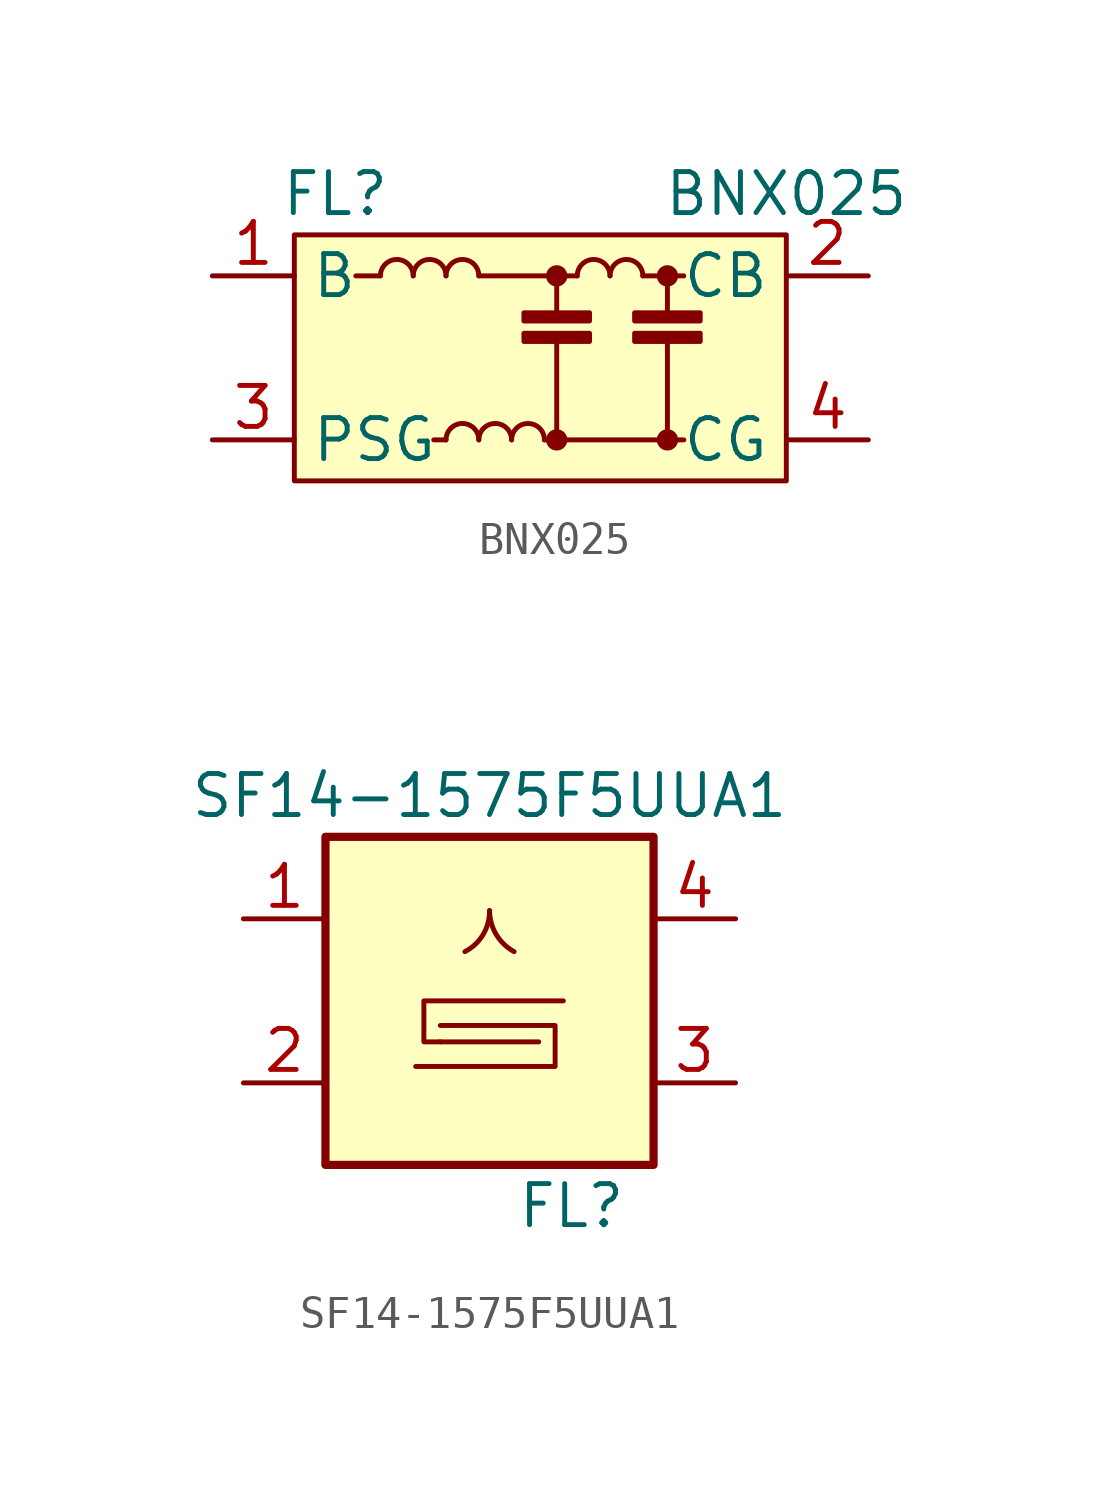
<source format=kicad_sym>
(kicad_symbol_lib
  (version 20211014)
  (generator kicad_symbol_editor)
  (symbol "BNX025"
    (property "Reference" "FL"
      (at -6.35 5.08 0)
      (effects (font (size 1.27 1.27))))
    (property "Value" "BNX025"
      (at 7.62 5.08 0)
      (effects (font (size 1.27 1.27))))
    (symbol "BNX025_0_1"
      (rectangle (start -7.62 3.81) (end 7.62 -3.81) (stroke (width 0) (type default) (color 0 0 0 0)) (fill (type background)))
      (arc (start -1.905 -2.54) (mid -2.413 -2.032) (end -2.921 -2.54) (stroke (width 0) (type default) (color 0 0 0 0)) (fill (type none)))
      (arc (start -0.889 -2.54) (mid -1.397 -2.032) (end -1.905 -2.54) (stroke (width 0) (type default) (color 0 0 0 0)) (fill (type none)))
      (rectangle (start -0.508 0.508) (end 1.524 0.762) (stroke (width 0) (type default) (color 0 0 0 0)) (fill (type outline)))
      (polyline (pts (xy -4.953 2.54) (xy -5.715 2.54)) (stroke (width 0) (type default) (color 0 0 0 0)) (fill (type none)))
      (polyline (pts (xy -3.302 -2.54) (xy -2.921 -2.54)) (stroke (width 0) (type default) (color 0 0 0 0)) (fill (type none)))
      (polyline (pts (xy 0.127 -2.54) (xy 0.508 -2.54)) (stroke (width 0) (type default) (color 0 0 0 0)) (fill (type none)))
      (polyline (pts (xy 0.381 2.54) (xy -1.905 2.54)) (stroke (width 0) (type default) (color 0 0 0 0)) (fill (type none)))
      (polyline (pts (xy 0.508 -2.54) (xy 0.508 0.508)) (stroke (width 0) (type default) (color 0 0 0 0)) (fill (type none)))
      (polyline (pts (xy 0.508 2.54) (xy 0.508 1.27)) (stroke (width 0) (type default) (color 0 0 0 0)) (fill (type none)))
      (polyline (pts (xy 1.143 2.54) (xy 0.508 2.54)) (stroke (width 0) (type default) (color 0 0 0 0)) (fill (type none)))
      (polyline (pts (xy 3.175 2.54) (xy 3.937 2.54)) (stroke (width 0) (type default) (color 0 0 0 0)) (fill (type none)))
      (polyline (pts (xy 3.937 -2.54) (xy 0.508 -2.54)) (stroke (width 0) (type default) (color 0 0 0 0)) (fill (type none)))
      (polyline (pts (xy 3.937 -2.54) (xy 3.937 0.508)) (stroke (width 0) (type default) (color 0 0 0 0)) (fill (type none)))
      (polyline (pts (xy 3.937 -2.54) (xy 4.445 -2.54)) (stroke (width 0) (type default) (color 0 0 0 0)) (fill (type none)))
      (polyline (pts (xy 3.937 2.54) (xy 3.937 1.27)) (stroke (width 0) (type default) (color 0 0 0 0)) (fill (type none)))
      (polyline (pts (xy 3.937 2.54) (xy 4.445 2.54)) (stroke (width 0) (type default) (color 0 0 0 0)) (fill (type none)))
      (arc (start 0.127 -2.54) (mid -0.381 -2.032) (end -0.889 -2.54) (stroke (width 0) (type default) (color 0 0 0 0)) (fill (type none)))
      (circle (center 0.508 2.54) (radius 0.254) (stroke (width 0) (type default) (color 0 0 0 0)) (fill (type outline)))
      (rectangle (start 1.524 1.143) (end -0.508 1.397) (stroke (width 0) (type default) (color 0 0 0 0)) (fill (type outline)))
      (arc (start 2.159 2.54) (mid 1.651 3.048) (end 1.143 2.54) (stroke (width 0) (type default) (color 0 0 0 0)) (fill (type none)))
      (arc (start 3.175 2.54) (mid 2.667 3.048) (end 2.159 2.54) (stroke (width 0) (type default) (color 0 0 0 0)) (fill (type none))))
    (symbol "BNX025_1_1"
      (arc (start -3.937 2.54) (mid -4.445 3.048) (end -4.953 2.54) (stroke (width 0) (type default) (color 0 0 0 0)) (fill (type none)))
      (arc (start -2.921 2.54) (mid -3.429 3.048) (end -3.937 2.54) (stroke (width 0) (type default) (color 0 0 0 0)) (fill (type none)))
      (arc (start -1.905 2.54) (mid -2.413 3.048) (end -2.921 2.54) (stroke (width 0) (type default) (color 0 0 0 0)) (fill (type none)))
      (circle (center 0.508 -2.54) (radius 0.254) (stroke (width 0) (type default) (color 0 0 0 0)) (fill (type outline)))
      (rectangle (start 2.921 0.508) (end 4.953 0.762) (stroke (width 0) (type default) (color 0 0 0 0)) (fill (type outline)))
      (circle (center 3.937 -2.54) (radius 0.254) (stroke (width 0) (type default) (color 0 0 0 0)) (fill (type outline)))
      (circle (center 3.937 2.54) (radius 0.254) (stroke (width 0) (type default) (color 0 0 0 0)) (fill (type outline)))
      (rectangle (start 4.953 1.143) (end 2.921 1.397) (stroke (width 0) (type default) (color 0 0 0 0)) (fill (type outline)))
      (pin passive line (at -10.16 2.54 0) (length 2.54) (name "B" (effects (font (size 1.27 1.27)))) (number "1" (effects (font (size 1.27 1.27)))))
      (pin passive line (at 10.16 2.54 180) (length 2.54) (name "CB" (effects (font (size 1.27 1.27)))) (number "2" (effects (font (size 1.27 1.27)))))
      (pin passive line (at -10.16 -2.54 0) (length 2.54) (name "PSG" (effects (font (size 1.27 1.27)))) (number "3" (effects (font (size 1.27 1.27)))))
      (pin passive line (at 10.16 -2.54 180) (length 2.54) (name "CG" (effects (font (size 1.27 1.27)))) (number "4" (effects (font (size 1.27 1.27)))))))
  (symbol "SF14-1575F5UUA1"
    (pin_names
      (offset 1.016))
    (property "Reference" "FL"
      (at 2.54 -6.35 0)
      (effects (font (size 1.27 1.27))))
    (property "Value" "SF14-1575F5UUA1"
      (at 0 6.35 0)
      (effects (font (size 1.27 1.27))))
    (symbol "SF14-1575F5UUA1_0_1"
      (rectangle (start -5.08 5.08) (end 5.08 -5.08) (stroke (width 0.254) (type default) (color 0 0 0 0)) (fill (type background)))
      (arc (start -0.762 1.524) (mid -0.1988 2.0511) (end 0 2.794) (stroke (width 0) (type default) (color 0 0 0 0)) (fill (type none)))
      (polyline (pts (xy -1.524 -0.762) (xy -1.27 -0.762)) (stroke (width 0) (type default) (color 0 0 0 0)) (fill (type none)))
      (polyline (pts (xy 1.524 -1.27) (xy -1.524 -1.27)) (stroke (width 0) (type default) (color 0 0 0 0)) (fill (type none)))
      (polyline (pts (xy 1.524 -0.762) (xy -1.27 -0.762)) (stroke (width 0) (type default) (color 0 0 0 0)) (fill (type none)))
      (polyline (pts (xy -1.524 -1.27) (xy -2.032 -1.27) (xy -2.032 0) (xy 2.286 0)) (stroke (width 0) (type default) (color 0 0 0 0)) (fill (type none)))
      (polyline (pts (xy 1.524 -0.762) (xy 2.032 -0.762) (xy 2.032 -2.032) (xy -2.286 -2.032)) (stroke (width 0) (type default) (color 0 0 0 0)) (fill (type none)))
      (arc (start 0 2.794) (mid 0.2065 2.0558) (end 0.762 1.524) (stroke (width 0) (type default) (color 0 0 0 0)) (fill (type none))))
    (symbol "SF14-1575F5UUA1_1_1"
      (pin passive line (at -7.62 2.54 0) (length 2.54) (name "~" (effects (font (size 1.27 1.27)))) (number "1" (effects (font (size 1.27 1.27)))))
      (pin passive line (at -7.62 -2.54 0) (length 2.54) (name "~" (effects (font (size 1.27 1.27)))) (number "2" (effects (font (size 1.27 1.27)))))
      (pin passive line (at 7.62 -2.54 180) (length 2.54) (name "~" (effects (font (size 1.27 1.27)))) (number "3" (effects (font (size 1.27 1.27)))))
      (pin passive line (at 7.62 2.54 180) (length 2.54) (name "~" (effects (font (size 1.27 1.27)))) (number "4" (effects (font (size 1.27 1.27)))))
      (pin passive line (at -7.62 -2.54 0) (length 2.54) hide (name "~" (effects (font (size 1.27 1.27)))) (number "5" (effects (font (size 1.27 1.27))))))))
</source>
